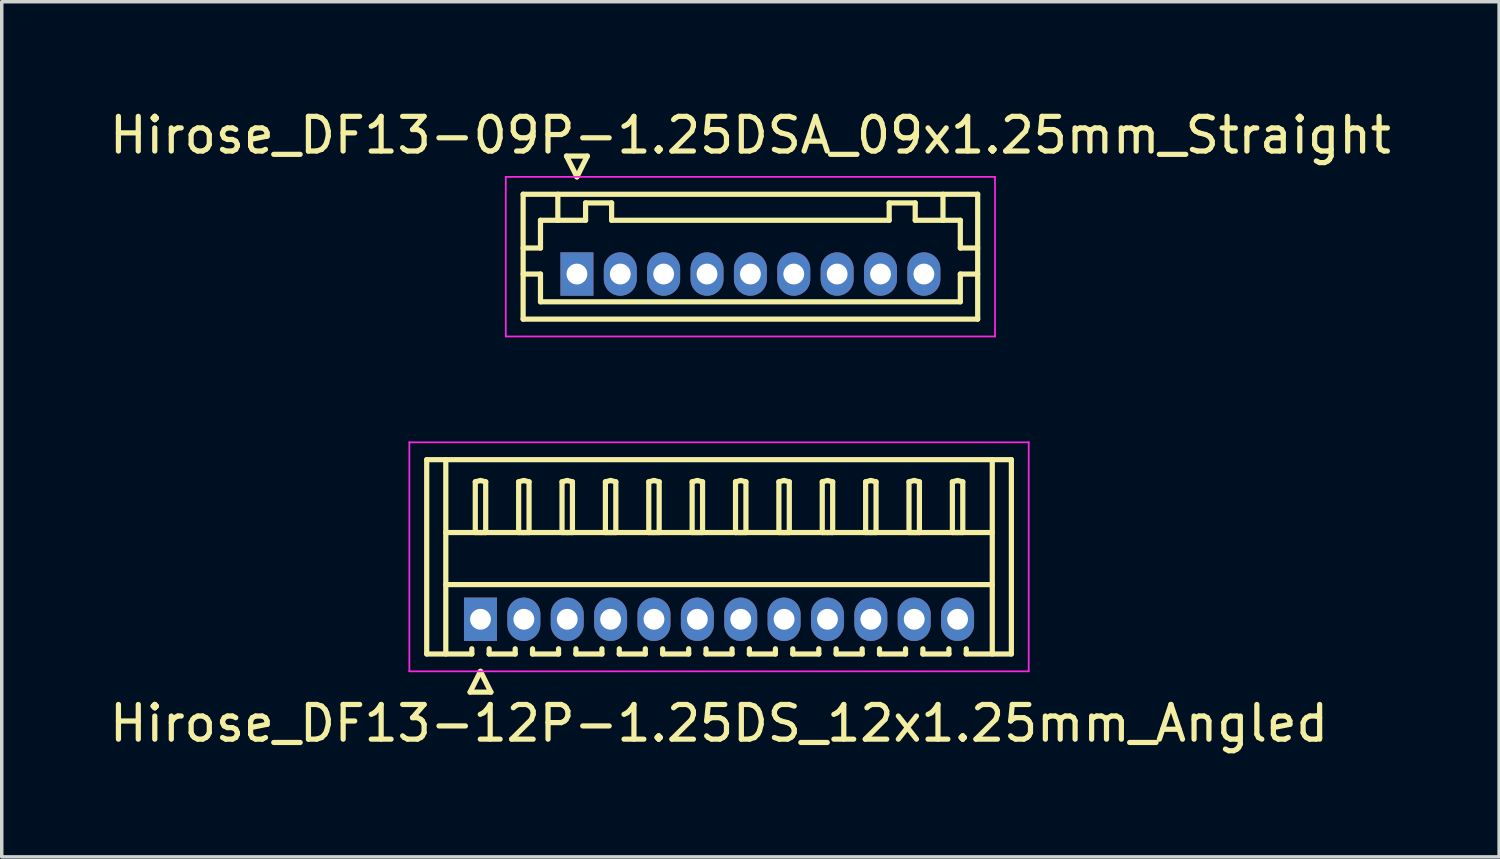
<source format=kicad_pcb>
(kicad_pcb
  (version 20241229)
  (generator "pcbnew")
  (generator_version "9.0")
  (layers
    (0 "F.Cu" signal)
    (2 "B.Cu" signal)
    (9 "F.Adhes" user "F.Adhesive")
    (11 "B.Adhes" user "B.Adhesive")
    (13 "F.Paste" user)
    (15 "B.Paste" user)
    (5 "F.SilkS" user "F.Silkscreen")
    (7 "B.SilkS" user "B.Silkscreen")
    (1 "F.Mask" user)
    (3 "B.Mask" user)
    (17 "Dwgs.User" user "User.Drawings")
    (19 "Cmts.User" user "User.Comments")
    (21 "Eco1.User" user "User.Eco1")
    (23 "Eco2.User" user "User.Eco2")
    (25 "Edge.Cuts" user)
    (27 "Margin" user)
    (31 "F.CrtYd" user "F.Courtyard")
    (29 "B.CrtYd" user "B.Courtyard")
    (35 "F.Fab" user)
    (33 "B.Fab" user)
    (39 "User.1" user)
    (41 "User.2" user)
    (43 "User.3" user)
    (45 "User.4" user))
  (footprint "Hirose_DF13-12P-1.25DS_12x1.25mm_Angled"
    (layer "F.Cu")
    (at 10.798 14.798)
    (property "Reference" "Hirose_DF13-12P-1.25DS_12x1.25mm_Angled" (at 6.875 3 0) (layer "F.SilkS") (effects (font (size 1 1) (thickness 0.15))))
    (attr through_hole)
    (fp_line (start -1.55 -4.6) (end 15.3 -4.6) (stroke (width 0.15) (type solid)) (layer "F.SilkS"))
    (fp_line (start -1.55 1) (end -1.55 -4.6) (stroke (width 0.15) (type solid)) (layer "F.SilkS"))
    (fp_line (start -1 -4.6) (end -1 1) (stroke (width 0.15) (type solid)) (layer "F.SilkS"))
    (fp_line (start -1 -2.5) (end 14.75 -2.5) (stroke (width 0.15) (type solid)) (layer "F.SilkS"))
    (fp_line (start -1 -1) (end 14.75 -1) (stroke (width 0.15) (type solid)) (layer "F.SilkS"))
    (fp_line (start -0.3 2.1) (end 0.3 2.1) (stroke (width 0.15) (type solid)) (layer "F.SilkS"))
    (fp_line (start -0.25 0.85) (end -0.25 1) (stroke (width 0.15) (type solid)) (layer "F.SilkS"))
    (fp_line (start -0.25 1) (end -1.55 1) (stroke (width 0.15) (type solid)) (layer "F.SilkS"))
    (fp_line (start -0.15 -3.962) (end 0 -4) (stroke (width 0.15) (type solid)) (layer "F.SilkS"))
    (fp_line (start -0.15 -2.5) (end -0.15 -3.962) (stroke (width 0.15) (type solid)) (layer "F.SilkS"))
    (fp_line (start 0 -4) (end 0.15 -3.962) (stroke (width 0.15) (type solid)) (layer "F.SilkS"))
    (fp_line (start 0 -2.5) (end -0.15 -2.5) (stroke (width 0.15) (type solid)) (layer "F.SilkS"))
    (fp_line (start 0 1.5) (end -0.3 2.1) (stroke (width 0.15) (type solid)) (layer "F.SilkS"))
    (fp_line (start 0.15 -3.962) (end 0.15 -2.5) (stroke (width 0.15) (type solid)) (layer "F.SilkS"))
    (fp_line (start 0.15 -2.5) (end 0 -2.5) (stroke (width 0.15) (type solid)) (layer "F.SilkS"))
    (fp_line (start 0.25 0.85) (end 0.25 1) (stroke (width 0.15) (type solid)) (layer "F.SilkS"))
    (fp_line (start 0.25 1) (end 1 1) (stroke (width 0.15) (type solid)) (layer "F.SilkS"))
    (fp_line (start 0.3 2.1) (end 0 1.5) (stroke (width 0.15) (type solid)) (layer "F.SilkS"))
    (fp_line (start 1 1) (end 1 0.85) (stroke (width 0.15) (type solid)) (layer "F.SilkS"))
    (fp_line (start 1.1 -3.962) (end 1.25 -4) (stroke (width 0.15) (type solid)) (layer "F.SilkS"))
    (fp_line (start 1.1 -2.5) (end 1.1 -3.962) (stroke (width 0.15) (type solid)) (layer "F.SilkS"))
    (fp_line (start 1.25 -4) (end 1.4 -3.962) (stroke (width 0.15) (type solid)) (layer "F.SilkS"))
    (fp_line (start 1.25 -2.5) (end 1.1 -2.5) (stroke (width 0.15) (type solid)) (layer "F.SilkS"))
    (fp_line (start 1.4 -3.962) (end 1.4 -2.5) (stroke (width 0.15) (type solid)) (layer "F.SilkS"))
    (fp_line (start 1.4 -2.5) (end 1.25 -2.5) (stroke (width 0.15) (type solid)) (layer "F.SilkS"))
    (fp_line (start 1.5 0.85) (end 1.5 1) (stroke (width 0.15) (type solid)) (layer "F.SilkS"))
    (fp_line (start 1.5 1) (end 2.25 1) (stroke (width 0.15) (type solid)) (layer "F.SilkS"))
    (fp_line (start 2.25 1) (end 2.25 0.85) (stroke (width 0.15) (type solid)) (layer "F.SilkS"))
    (fp_line (start 2.35 -3.962) (end 2.5 -4) (stroke (width 0.15) (type solid)) (layer "F.SilkS"))
    (fp_line (start 2.35 -2.5) (end 2.35 -3.962) (stroke (width 0.15) (type solid)) (layer "F.SilkS"))
    (fp_line (start 2.5 -4) (end 2.65 -3.962) (stroke (width 0.15) (type solid)) (layer "F.SilkS"))
    (fp_line (start 2.5 -2.5) (end 2.35 -2.5) (stroke (width 0.15) (type solid)) (layer "F.SilkS"))
    (fp_line (start 2.65 -3.962) (end 2.65 -2.5) (stroke (width 0.15) (type solid)) (layer "F.SilkS"))
    (fp_line (start 2.65 -2.5) (end 2.5 -2.5) (stroke (width 0.15) (type solid)) (layer "F.SilkS"))
    (fp_line (start 2.75 0.85) (end 2.75 1) (stroke (width 0.15) (type solid)) (layer "F.SilkS"))
    (fp_line (start 2.75 1) (end 3.5 1) (stroke (width 0.15) (type solid)) (layer "F.SilkS"))
    (fp_line (start 3.5 1) (end 3.5 0.85) (stroke (width 0.15) (type solid)) (layer "F.SilkS"))
    (fp_line (start 3.6 -3.962) (end 3.75 -4) (stroke (width 0.15) (type solid)) (layer "F.SilkS"))
    (fp_line (start 3.6 -2.5) (end 3.6 -3.962) (stroke (width 0.15) (type solid)) (layer "F.SilkS"))
    (fp_line (start 3.75 -4) (end 3.9 -3.962) (stroke (width 0.15) (type solid)) (layer "F.SilkS"))
    (fp_line (start 3.75 -2.5) (end 3.6 -2.5) (stroke (width 0.15) (type solid)) (layer "F.SilkS"))
    (fp_line (start 3.9 -3.962) (end 3.9 -2.5) (stroke (width 0.15) (type solid)) (layer "F.SilkS"))
    (fp_line (start 3.9 -2.5) (end 3.75 -2.5) (stroke (width 0.15) (type solid)) (layer "F.SilkS"))
    (fp_line (start 4 0.85) (end 4 1) (stroke (width 0.15) (type solid)) (layer "F.SilkS"))
    (fp_line (start 4 1) (end 4.75 1) (stroke (width 0.15) (type solid)) (layer "F.SilkS"))
    (fp_line (start 4.75 1) (end 4.75 0.85) (stroke (width 0.15) (type solid)) (layer "F.SilkS"))
    (fp_line (start 4.85 -3.962) (end 5 -4) (stroke (width 0.15) (type solid)) (layer "F.SilkS"))
    (fp_line (start 4.85 -2.5) (end 4.85 -3.962) (stroke (width 0.15) (type solid)) (layer "F.SilkS"))
    (fp_line (start 5 -4) (end 5.15 -3.962) (stroke (width 0.15) (type solid)) (layer "F.SilkS"))
    (fp_line (start 5 -2.5) (end 4.85 -2.5) (stroke (width 0.15) (type solid)) (layer "F.SilkS"))
    (fp_line (start 5.15 -3.962) (end 5.15 -2.5) (stroke (width 0.15) (type solid)) (layer "F.SilkS"))
    (fp_line (start 5.15 -2.5) (end 5 -2.5) (stroke (width 0.15) (type solid)) (layer "F.SilkS"))
    (fp_line (start 5.25 0.85) (end 5.25 1) (stroke (width 0.15) (type solid)) (layer "F.SilkS"))
    (fp_line (start 5.25 1) (end 6 1) (stroke (width 0.15) (type solid)) (layer "F.SilkS"))
    (fp_line (start 6 1) (end 6 0.85) (stroke (width 0.15) (type solid)) (layer "F.SilkS"))
    (fp_line (start 6.1 -3.962) (end 6.25 -4) (stroke (width 0.15) (type solid)) (layer "F.SilkS"))
    (fp_line (start 6.1 -2.5) (end 6.1 -3.962) (stroke (width 0.15) (type solid)) (layer "F.SilkS"))
    (fp_line (start 6.25 -4) (end 6.4 -3.962) (stroke (width 0.15) (type solid)) (layer "F.SilkS"))
    (fp_line (start 6.25 -2.5) (end 6.1 -2.5) (stroke (width 0.15) (type solid)) (layer "F.SilkS"))
    (fp_line (start 6.4 -3.962) (end 6.4 -2.5) (stroke (width 0.15) (type solid)) (layer "F.SilkS"))
    (fp_line (start 6.4 -2.5) (end 6.25 -2.5) (stroke (width 0.15) (type solid)) (layer "F.SilkS"))
    (fp_line (start 6.5 0.85) (end 6.5 1) (stroke (width 0.15) (type solid)) (layer "F.SilkS"))
    (fp_line (start 6.5 1) (end 7.25 1) (stroke (width 0.15) (type solid)) (layer "F.SilkS"))
    (fp_line (start 7.25 1) (end 7.25 0.85) (stroke (width 0.15) (type solid)) (layer "F.SilkS"))
    (fp_line (start 7.35 -3.962) (end 7.5 -4) (stroke (width 0.15) (type solid)) (layer "F.SilkS"))
    (fp_line (start 7.35 -2.5) (end 7.35 -3.962) (stroke (width 0.15) (type solid)) (layer "F.SilkS"))
    (fp_line (start 7.5 -4) (end 7.65 -3.962) (stroke (width 0.15) (type solid)) (layer "F.SilkS"))
    (fp_line (start 7.5 -2.5) (end 7.35 -2.5) (stroke (width 0.15) (type solid)) (layer "F.SilkS"))
    (fp_line (start 7.65 -3.962) (end 7.65 -2.5) (stroke (width 0.15) (type solid)) (layer "F.SilkS"))
    (fp_line (start 7.65 -2.5) (end 7.5 -2.5) (stroke (width 0.15) (type solid)) (layer "F.SilkS"))
    (fp_line (start 7.75 0.85) (end 7.75 1) (stroke (width 0.15) (type solid)) (layer "F.SilkS"))
    (fp_line (start 7.75 1) (end 8.5 1) (stroke (width 0.15) (type solid)) (layer "F.SilkS"))
    (fp_line (start 8.5 1) (end 8.5 0.85) (stroke (width 0.15) (type solid)) (layer "F.SilkS"))
    (fp_line (start 8.6 -3.962) (end 8.75 -4) (stroke (width 0.15) (type solid)) (layer "F.SilkS"))
    (fp_line (start 8.6 -2.5) (end 8.6 -3.962) (stroke (width 0.15) (type solid)) (layer "F.SilkS"))
    (fp_line (start 8.75 -4) (end 8.9 -3.962) (stroke (width 0.15) (type solid)) (layer "F.SilkS"))
    (fp_line (start 8.75 -2.5) (end 8.6 -2.5) (stroke (width 0.15) (type solid)) (layer "F.SilkS"))
    (fp_line (start 8.9 -3.962) (end 8.9 -2.5) (stroke (width 0.15) (type solid)) (layer "F.SilkS"))
    (fp_line (start 8.9 -2.5) (end 8.75 -2.5) (stroke (width 0.15) (type solid)) (layer "F.SilkS"))
    (fp_line (start 9 0.85) (end 9 1) (stroke (width 0.15) (type solid)) (layer "F.SilkS"))
    (fp_line (start 9 1) (end 9.75 1) (stroke (width 0.15) (type solid)) (layer "F.SilkS"))
    (fp_line (start 9.75 1) (end 9.75 0.85) (stroke (width 0.15) (type solid)) (layer "F.SilkS"))
    (fp_line (start 9.85 -3.962) (end 10 -4) (stroke (width 0.15) (type solid)) (layer "F.SilkS"))
    (fp_line (start 9.85 -2.5) (end 9.85 -3.962) (stroke (width 0.15) (type solid)) (layer "F.SilkS"))
    (fp_line (start 10 -4) (end 10.15 -3.962) (stroke (width 0.15) (type solid)) (layer "F.SilkS"))
    (fp_line (start 10 -2.5) (end 9.85 -2.5) (stroke (width 0.15) (type solid)) (layer "F.SilkS"))
    (fp_line (start 10.15 -3.962) (end 10.15 -2.5) (stroke (width 0.15) (type solid)) (layer "F.SilkS"))
    (fp_line (start 10.15 -2.5) (end 10 -2.5) (stroke (width 0.15) (type solid)) (layer "F.SilkS"))
    (fp_line (start 10.25 0.85) (end 10.25 1) (stroke (width 0.15) (type solid)) (layer "F.SilkS"))
    (fp_line (start 10.25 1) (end 11 1) (stroke (width 0.15) (type solid)) (layer "F.SilkS"))
    (fp_line (start 11 1) (end 11 0.85) (stroke (width 0.15) (type solid)) (layer "F.SilkS"))
    (fp_line (start 11.1 -3.962) (end 11.25 -4) (stroke (width 0.15) (type solid)) (layer "F.SilkS"))
    (fp_line (start 11.1 -2.5) (end 11.1 -3.962) (stroke (width 0.15) (type solid)) (layer "F.SilkS"))
    (fp_line (start 11.25 -4) (end 11.4 -3.962) (stroke (width 0.15) (type solid)) (layer "F.SilkS"))
    (fp_line (start 11.25 -2.5) (end 11.1 -2.5) (stroke (width 0.15) (type solid)) (layer "F.SilkS"))
    (fp_line (start 11.4 -3.962) (end 11.4 -2.5) (stroke (width 0.15) (type solid)) (layer "F.SilkS"))
    (fp_line (start 11.4 -2.5) (end 11.25 -2.5) (stroke (width 0.15) (type solid)) (layer "F.SilkS"))
    (fp_line (start 11.5 0.85) (end 11.5 1) (stroke (width 0.15) (type solid)) (layer "F.SilkS"))
    (fp_line (start 11.5 1) (end 12.25 1) (stroke (width 0.15) (type solid)) (layer "F.SilkS"))
    (fp_line (start 12.25 1) (end 12.25 0.85) (stroke (width 0.15) (type solid)) (layer "F.SilkS"))
    (fp_line (start 12.35 -3.962) (end 12.5 -4) (stroke (width 0.15) (type solid)) (layer "F.SilkS"))
    (fp_line (start 12.35 -2.5) (end 12.35 -3.962) (stroke (width 0.15) (type solid)) (layer "F.SilkS"))
    (fp_line (start 12.5 -4) (end 12.65 -3.962) (stroke (width 0.15) (type solid)) (layer "F.SilkS"))
    (fp_line (start 12.5 -2.5) (end 12.35 -2.5) (stroke (width 0.15) (type solid)) (layer "F.SilkS"))
    (fp_line (start 12.65 -3.962) (end 12.65 -2.5) (stroke (width 0.15) (type solid)) (layer "F.SilkS"))
    (fp_line (start 12.65 -2.5) (end 12.5 -2.5) (stroke (width 0.15) (type solid)) (layer "F.SilkS"))
    (fp_line (start 12.75 0.85) (end 12.75 1) (stroke (width 0.15) (type solid)) (layer "F.SilkS"))
    (fp_line (start 12.75 1) (end 13.5 1) (stroke (width 0.15) (type solid)) (layer "F.SilkS"))
    (fp_line (start 13.5 1) (end 13.5 0.85) (stroke (width 0.15) (type solid)) (layer "F.SilkS"))
    (fp_line (start 13.6 -3.962) (end 13.75 -4) (stroke (width 0.15) (type solid)) (layer "F.SilkS"))
    (fp_line (start 13.6 -2.5) (end 13.6 -3.962) (stroke (width 0.15) (type solid)) (layer "F.SilkS"))
    (fp_line (start 13.75 -4) (end 13.9 -3.962) (stroke (width 0.15) (type solid)) (layer "F.SilkS"))
    (fp_line (start 13.75 -2.5) (end 13.6 -2.5) (stroke (width 0.15) (type solid)) (layer "F.SilkS"))
    (fp_line (start 13.9 -3.962) (end 13.9 -2.5) (stroke (width 0.15) (type solid)) (layer "F.SilkS"))
    (fp_line (start 13.9 -2.5) (end 13.75 -2.5) (stroke (width 0.15) (type solid)) (layer "F.SilkS"))
    (fp_line (start 14 1) (end 14 0.85) (stroke (width 0.15) (type solid)) (layer "F.SilkS"))
    (fp_line (start 14.75 -4.6) (end 14.75 1) (stroke (width 0.15) (type solid)) (layer "F.SilkS"))
    (fp_line (start 15.3 -4.6) (end 15.3 1) (stroke (width 0.15) (type solid)) (layer "F.SilkS"))
    (fp_line (start 15.3 1) (end 14 1) (stroke (width 0.15) (type solid)) (layer "F.SilkS"))
    (fp_line (start -2.05 -5.1) (end -2.05 1.5) (stroke (width 0.05) (type solid)) (layer "F.CrtYd"))
    (fp_line (start -2.05 1.5) (end 15.8 1.5) (stroke (width 0.05) (type solid)) (layer "F.CrtYd"))
    (fp_line (start 15.8 -5.1) (end -2.05 -5.1) (stroke (width 0.05) (type solid)) (layer "F.CrtYd"))
    (fp_line (start 15.8 1.5) (end 15.8 -5.1) (stroke (width 0.05) (type solid)) (layer "F.CrtYd"))
    (pad "1" thru_hole rect (at 0 0) (size 0.95 1.25) (drill 0.6) (layers "*.Cu" "*.Mask"))
    (pad "2" thru_hole oval (at 1.25 0) (size 0.95 1.25) (drill 0.6) (layers "*.Cu" "*.Mask"))
    (pad "3" thru_hole oval (at 2.5 0) (size 0.95 1.25) (drill 0.6) (layers "*.Cu" "*.Mask"))
    (pad "4" thru_hole oval (at 3.75 0) (size 0.95 1.25) (drill 0.6) (layers "*.Cu" "*.Mask"))
    (pad "5" thru_hole oval (at 5 0) (size 0.95 1.25) (drill 0.6) (layers "*.Cu" "*.Mask"))
    (pad "6" thru_hole oval (at 6.25 0) (size 0.95 1.25) (drill 0.6) (layers "*.Cu" "*.Mask"))
    (pad "7" thru_hole oval (at 7.5 0) (size 0.95 1.25) (drill 0.6) (layers "*.Cu" "*.Mask"))
    (pad "8" thru_hole oval (at 8.75 0) (size 0.95 1.25) (drill 0.6) (layers "*.Cu" "*.Mask"))
    (pad "9" thru_hole oval (at 10 0) (size 0.95 1.25) (drill 0.6) (layers "*.Cu" "*.Mask"))
    (pad "10" thru_hole oval (at 11.25 0) (size 0.95 1.25) (drill 0.6) (layers "*.Cu" "*.Mask"))
    (pad "11" thru_hole oval (at 12.5 0) (size 0.95 1.25) (drill 0.6) (layers "*.Cu" "*.Mask"))
    (pad "12" thru_hole oval (at 13.75 0) (size 0.95 1.25) (drill 0.6) (layers "*.Cu" "*.Mask")))
  (footprint "Hirose_DF13-09P-1.25DSA_09x1.25mm_Straight"
    (layer "F.Cu")
    (at 13.577 4.848)
    (property "Reference" "Hirose_DF13-09P-1.25DSA_09x1.25mm_Straight" (at 5 -4 0) (layer "F.SilkS") (effects (font (size 1 1) (thickness 0.15))))
    (attr through_hole)
    (fp_line (start -1.55 -2.3) (end -1.55 1.3) (stroke (width 0.15) (type solid)) (layer "F.SilkS"))
    (fp_line (start -1.55 -0.75) (end -1.05 -0.75) (stroke (width 0.15) (type solid)) (layer "F.SilkS"))
    (fp_line (start -1.55 0) (end -1.05 0) (stroke (width 0.15) (type solid)) (layer "F.SilkS"))
    (fp_line (start -1.55 1.3) (end 11.55 1.3) (stroke (width 0.15) (type solid)) (layer "F.SilkS"))
    (fp_line (start -1.05 -1.55) (end -0.55 -1.55) (stroke (width 0.15) (type solid)) (layer "F.SilkS"))
    (fp_line (start -1.05 -0.75) (end -1.05 -1.55) (stroke (width 0.15) (type solid)) (layer "F.SilkS"))
    (fp_line (start -1.05 0) (end -1.05 0.8) (stroke (width 0.15) (type solid)) (layer "F.SilkS"))
    (fp_line (start -1.05 0.8) (end 11.05 0.8) (stroke (width 0.15) (type solid)) (layer "F.SilkS"))
    (fp_line (start -0.55 -1.55) (end -0.55 -2.3) (stroke (width 0.15) (type solid)) (layer "F.SilkS"))
    (fp_line (start -0.55 -1.55) (end 0.25 -1.55) (stroke (width 0.15) (type solid)) (layer "F.SilkS"))
    (fp_line (start -0.3 -3.4) (end 0.3 -3.4) (stroke (width 0.15) (type solid)) (layer "F.SilkS"))
    (fp_line (start 0 -2.8) (end -0.3 -3.4) (stroke (width 0.15) (type solid)) (layer "F.SilkS"))
    (fp_line (start 0.25 -2.05) (end 1 -2.05) (stroke (width 0.15) (type solid)) (layer "F.SilkS"))
    (fp_line (start 0.25 -1.55) (end 0.25 -2.05) (stroke (width 0.15) (type solid)) (layer "F.SilkS"))
    (fp_line (start 0.3 -3.4) (end 0 -2.8) (stroke (width 0.15) (type solid)) (layer "F.SilkS"))
    (fp_line (start 1 -2.05) (end 1 -1.55) (stroke (width 0.15) (type solid)) (layer "F.SilkS"))
    (fp_line (start 1 -1.55) (end 9 -1.55) (stroke (width 0.15) (type solid)) (layer "F.SilkS"))
    (fp_line (start 9 -2.05) (end 9.75 -2.05) (stroke (width 0.15) (type solid)) (layer "F.SilkS"))
    (fp_line (start 9 -1.55) (end 9 -2.05) (stroke (width 0.15) (type solid)) (layer "F.SilkS"))
    (fp_line (start 9.75 -2.05) (end 9.75 -1.55) (stroke (width 0.15) (type solid)) (layer "F.SilkS"))
    (fp_line (start 9.75 -1.55) (end 10.55 -1.55) (stroke (width 0.15) (type solid)) (layer "F.SilkS"))
    (fp_line (start 10.55 -1.55) (end 10.55 -2.3) (stroke (width 0.15) (type solid)) (layer "F.SilkS"))
    (fp_line (start 11.05 -1.55) (end 10.55 -1.55) (stroke (width 0.15) (type solid)) (layer "F.SilkS"))
    (fp_line (start 11.05 -0.75) (end 11.05 -1.55) (stroke (width 0.15) (type solid)) (layer "F.SilkS"))
    (fp_line (start 11.05 0) (end 11.55 0) (stroke (width 0.15) (type solid)) (layer "F.SilkS"))
    (fp_line (start 11.05 0.8) (end 11.05 0) (stroke (width 0.15) (type solid)) (layer "F.SilkS"))
    (fp_line (start 11.55 -2.3) (end -1.55 -2.3) (stroke (width 0.15) (type solid)) (layer "F.SilkS"))
    (fp_line (start 11.55 -0.75) (end 11.05 -0.75) (stroke (width 0.15) (type solid)) (layer "F.SilkS"))
    (fp_line (start 11.55 1.3) (end 11.55 -2.3) (stroke (width 0.15) (type solid)) (layer "F.SilkS"))
    (fp_line (start -2.05 -2.8) (end -2.05 1.8) (stroke (width 0.05) (type solid)) (layer "F.CrtYd"))
    (fp_line (start -2.05 1.8) (end 12.05 1.8) (stroke (width 0.05) (type solid)) (layer "F.CrtYd"))
    (fp_line (start 12.05 -2.8) (end -2.05 -2.8) (stroke (width 0.05) (type solid)) (layer "F.CrtYd"))
    (fp_line (start 12.05 1.8) (end 12.05 -2.8) (stroke (width 0.05) (type solid)) (layer "F.CrtYd"))
    (pad "1" thru_hole rect (at 0 0) (size 0.95 1.25) (drill 0.6) (layers "*.Cu" "*.Mask"))
    (pad "2" thru_hole oval (at 1.25 0) (size 0.95 1.25) (drill 0.6) (layers "*.Cu" "*.Mask"))
    (pad "3" thru_hole oval (at 2.5 0) (size 0.95 1.25) (drill 0.6) (layers "*.Cu" "*.Mask"))
    (pad "4" thru_hole oval (at 3.75 0) (size 0.95 1.25) (drill 0.6) (layers "*.Cu" "*.Mask"))
    (pad "5" thru_hole oval (at 5 0) (size 0.95 1.25) (drill 0.6) (layers "*.Cu" "*.Mask"))
    (pad "6" thru_hole oval (at 6.25 0) (size 0.95 1.25) (drill 0.6) (layers "*.Cu" "*.Mask"))
    (pad "7" thru_hole oval (at 7.5 0) (size 0.95 1.25) (drill 0.6) (layers "*.Cu" "*.Mask"))
    (pad "8" thru_hole oval (at 8.75 0) (size 0.95 1.25) (drill 0.6) (layers "*.Cu" "*.Mask"))
    (pad "9" thru_hole oval (at 10 0) (size 0.95 1.25) (drill 0.6) (layers "*.Cu" "*.Mask")))
  (gr_rect
    (start -3 -3)
    (end 40.155 21.646)
    (stroke (width 0.1) (type default))
    (fill no)
    (layer "Edge.Cuts")))
</source>
